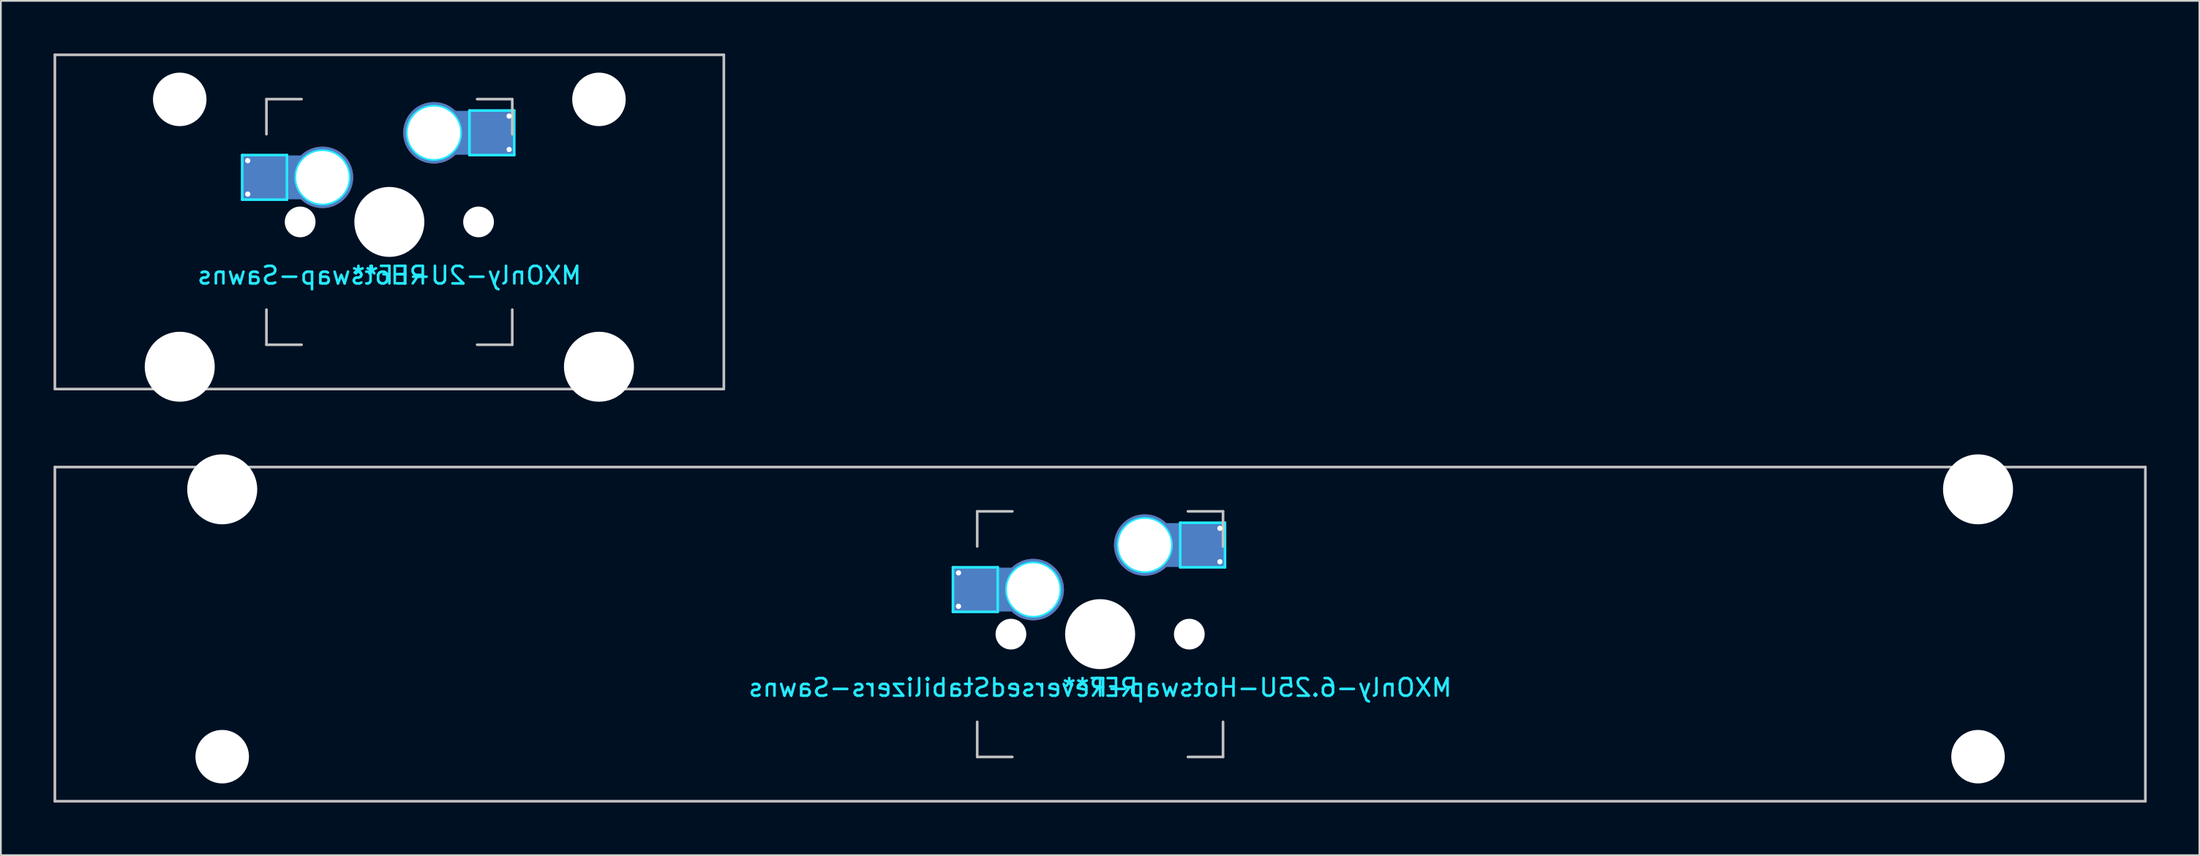
<source format=kicad_pcb>
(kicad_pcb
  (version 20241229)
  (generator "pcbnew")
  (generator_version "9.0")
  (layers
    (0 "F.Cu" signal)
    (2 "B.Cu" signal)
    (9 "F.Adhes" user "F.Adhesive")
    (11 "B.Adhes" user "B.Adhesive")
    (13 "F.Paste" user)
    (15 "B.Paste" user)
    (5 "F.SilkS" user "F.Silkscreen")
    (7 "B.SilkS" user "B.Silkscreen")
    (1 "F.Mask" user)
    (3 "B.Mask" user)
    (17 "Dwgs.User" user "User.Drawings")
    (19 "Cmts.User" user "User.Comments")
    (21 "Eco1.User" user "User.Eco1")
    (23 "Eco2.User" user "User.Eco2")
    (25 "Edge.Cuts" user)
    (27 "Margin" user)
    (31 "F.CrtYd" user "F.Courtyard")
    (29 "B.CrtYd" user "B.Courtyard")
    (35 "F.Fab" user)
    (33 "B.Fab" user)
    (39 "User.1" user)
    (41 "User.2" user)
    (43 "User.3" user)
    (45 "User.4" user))
  (footprint "MXOnly-6.25U-Hotswap-ReversedStabilizers-Sawns"
    (layer "F.Cu")
    (at 59.606 33.098)
    (property "Reference" "MXOnly-6.25U-Hotswap-ReversedStabilizers-Sawns" (at 0 3.048 0) (layer "B.CrtYd") (effects (font (size 1 1) (thickness 0.15)) (justify mirror)))
    (attr smd)
    (fp_line (start -59.531 -9.525) (end 59.531 -9.525) (stroke (width 0.15) (type solid)) (layer "Dwgs.User"))
    (fp_line (start -59.531 9.525) (end -59.531 -9.525) (stroke (width 0.15) (type solid)) (layer "Dwgs.User"))
    (fp_line (start -7 -7) (end -7 -5) (stroke (width 0.15) (type solid)) (layer "Dwgs.User"))
    (fp_line (start -7 5) (end -7 7) (stroke (width 0.15) (type solid)) (layer "Dwgs.User"))
    (fp_line (start -7 7) (end -5 7) (stroke (width 0.15) (type solid)) (layer "Dwgs.User"))
    (fp_line (start -5 -7) (end -7 -7) (stroke (width 0.15) (type solid)) (layer "Dwgs.User"))
    (fp_line (start 5 -7) (end 7 -7) (stroke (width 0.15) (type solid)) (layer "Dwgs.User"))
    (fp_line (start 5 7) (end 7 7) (stroke (width 0.15) (type solid)) (layer "Dwgs.User"))
    (fp_line (start 7 -7) (end 7 -5) (stroke (width 0.15) (type solid)) (layer "Dwgs.User"))
    (fp_line (start 7 7) (end 7 5) (stroke (width 0.15) (type solid)) (layer "Dwgs.User"))
    (fp_line (start 59.531 -9.525) (end 59.531 9.525) (stroke (width 0.15) (type solid)) (layer "Dwgs.User"))
    (fp_line (start 59.531 9.525) (end -59.531 9.525) (stroke (width 0.15) (type solid)) (layer "Dwgs.User"))
    (fp_line (start -8.382 -3.81) (end -8.382 -1.27) (stroke (width 0.15) (type solid)) (layer "B.CrtYd"))
    (fp_line (start -8.382 -3.81) (end -5.832 -3.81) (stroke (width 0.15) (type solid)) (layer "B.CrtYd"))
    (fp_line (start -8.382 -1.27) (end -5.832 -1.27) (stroke (width 0.15) (type solid)) (layer "B.CrtYd"))
    (fp_line (start -5.832 -3.81) (end -5.832 -1.27) (stroke (width 0.15) (type solid)) (layer "B.CrtYd"))
    (fp_line (start 4.562 -6.35) (end 4.562 -3.81) (stroke (width 0.15) (type solid)) (layer "B.CrtYd"))
    (fp_line (start 4.562 -6.35) (end 7.112 -6.35) (stroke (width 0.15) (type solid)) (layer "B.CrtYd"))
    (fp_line (start 7.112 -6.35) (end 7.112 -3.81) (stroke (width 0.15) (type solid)) (layer "B.CrtYd"))
    (fp_line (start 7.112 -3.81) (end 4.562 -3.81) (stroke (width 0.15) (type solid)) (layer "B.CrtYd"))
    (fp_circle (center -3.81 -2.54) (end -3.81 -4.064) (stroke (width 0.15) (type solid)) (fill no) (layer "B.CrtYd"))
    (fp_circle (center 2.54 -5.08) (end 2.54 -6.604) (stroke (width 0.15) (type solid)) (fill no) (layer "B.CrtYd"))
    (fp_text user "REF**" (at 0 3.048 0) (layer "B.CrtYd") (effects (font (size 1 1) (thickness 0.15)) (justify mirror)))
    (pad "" np_thru_hole circle (at -50 -8.255) (size 3.988 3.988) (drill 3.988) (layers "*.Cu" "*.Mask"))
    (pad "" np_thru_hole circle (at -50 6.985) (size 3.048 3.048) (drill 3.048) (layers "*.Cu" "*.Mask"))
    (pad "" smd rect (at -7.085 -2.54) (size 2.55 2.5) (layers "B.Mask" "B.Paste"))
    (pad "" np_thru_hole circle (at -5.08 0 48.1) (size 1.75 1.75) (drill 1.75) (layers "*.Cu" "*.Mask"))
    (pad "" np_thru_hole circle (at 0 0) (size 3.988 3.988) (drill 3.988) (layers "*.Cu" "*.Mask"))
    (pad "" np_thru_hole circle (at 5.08 0 48.1) (size 1.75 1.75) (drill 1.75) (layers "*.Cu" "*.Mask"))
    (pad "" smd rect (at 5.842 -5.08) (size 2.55 2.5) (layers "B.Mask" "B.Paste"))
    (pad "" np_thru_hole circle (at 50 -8.255) (size 3.988 3.988) (drill 3.988) (layers "*.Cu" "*.Mask"))
    (pad "" np_thru_hole circle (at 50 6.985) (size 3.048 3.048) (drill 3.048) (layers "*.Cu" "*.Mask"))
    (pad "1" thru_hole circle (at -8.065 -3.493) (size 0.5 0.5) (drill 0.3) (layers "*.Cu" "*.Mask"))
    (pad "1" thru_hole circle (at -8.065 -1.587) (size 0.5 0.5) (drill 0.3) (layers "*.Cu" "*.Mask"))
    (pad "1" smd rect (at -6.45 -2.54) (size 3.82 2.5) (layers "B.Cu"))
    (pad "1" thru_hole circle (at -3.81 -2.54) (size 3.5 3.5) (drill 3) (layers "*.Cu" "*.Mask"))
    (pad "2" thru_hole circle (at 2.54 -5.08) (size 3.5 3.5) (drill 3) (layers "*.Cu" "*.Mask"))
    (pad "2" smd rect (at 5.207 -5.08) (size 3.82 2.5) (layers "B.Cu"))
    (pad "2" thru_hole circle (at 6.822 -6.032) (size 0.5 0.5) (drill 0.3) (layers "*.Cu" "*.Mask"))
    (pad "2" thru_hole circle (at 6.822 -4.128) (size 0.5 0.5) (drill 0.3) (layers "*.Cu" "*.Mask")))
  (footprint "MXOnly-2U-Hotswap-Sawns"
    (layer "F.Cu")
    (at 19.125 9.6)
    (property "Reference" "MXOnly-2U-Hotswap-Sawns" (at 0 3.048 0) (layer "B.CrtYd") (effects (font (size 1 1) (thickness 0.15)) (justify mirror)))
    (attr smd)
    (fp_line (start -19.05 -9.525) (end 19.05 -9.525) (stroke (width 0.15) (type solid)) (layer "Dwgs.User"))
    (fp_line (start -19.05 9.525) (end -19.05 -9.525) (stroke (width 0.15) (type solid)) (layer "Dwgs.User"))
    (fp_line (start -7 -7) (end -7 -5) (stroke (width 0.15) (type solid)) (layer "Dwgs.User"))
    (fp_line (start -7 5) (end -7 7) (stroke (width 0.15) (type solid)) (layer "Dwgs.User"))
    (fp_line (start -7 7) (end -5 7) (stroke (width 0.15) (type solid)) (layer "Dwgs.User"))
    (fp_line (start -5 -7) (end -7 -7) (stroke (width 0.15) (type solid)) (layer "Dwgs.User"))
    (fp_line (start 5 -7) (end 7 -7) (stroke (width 0.15) (type solid)) (layer "Dwgs.User"))
    (fp_line (start 5 7) (end 7 7) (stroke (width 0.15) (type solid)) (layer "Dwgs.User"))
    (fp_line (start 7 -7) (end 7 -5) (stroke (width 0.15) (type solid)) (layer "Dwgs.User"))
    (fp_line (start 7 7) (end 7 5) (stroke (width 0.15) (type solid)) (layer "Dwgs.User"))
    (fp_line (start 19.05 -9.525) (end 19.05 9.525) (stroke (width 0.15) (type solid)) (layer "Dwgs.User"))
    (fp_line (start 19.05 9.525) (end -19.05 9.525) (stroke (width 0.15) (type solid)) (layer "Dwgs.User"))
    (fp_line (start -8.382 -3.81) (end -8.382 -1.27) (stroke (width 0.15) (type solid)) (layer "B.CrtYd"))
    (fp_line (start -8.382 -3.81) (end -5.832 -3.81) (stroke (width 0.15) (type solid)) (layer "B.CrtYd"))
    (fp_line (start -8.382 -1.27) (end -5.832 -1.27) (stroke (width 0.15) (type solid)) (layer "B.CrtYd"))
    (fp_line (start -5.832 -3.81) (end -5.832 -1.27) (stroke (width 0.15) (type solid)) (layer "B.CrtYd"))
    (fp_line (start 4.562 -6.35) (end 4.562 -3.81) (stroke (width 0.15) (type solid)) (layer "B.CrtYd"))
    (fp_line (start 4.562 -6.35) (end 7.112 -6.35) (stroke (width 0.15) (type solid)) (layer "B.CrtYd"))
    (fp_line (start 7.112 -6.35) (end 7.112 -3.81) (stroke (width 0.15) (type solid)) (layer "B.CrtYd"))
    (fp_line (start 7.112 -3.81) (end 4.562 -3.81) (stroke (width 0.15) (type solid)) (layer "B.CrtYd"))
    (fp_circle (center -3.81 -2.54) (end -3.81 -4.064) (stroke (width 0.15) (type solid)) (fill no) (layer "B.CrtYd"))
    (fp_circle (center 2.54 -5.08) (end 2.54 -6.604) (stroke (width 0.15) (type solid)) (fill no) (layer "B.CrtYd"))
    (fp_text user "REF**" (at 0 3.048 0) (layer "B.CrtYd") (effects (font (size 1 1) (thickness 0.15)) (justify mirror)))
    (pad "" np_thru_hole circle (at -11.938 -6.985) (size 3.048 3.048) (drill 3.048) (layers "*.Cu" "*.Mask"))
    (pad "" np_thru_hole circle (at -11.938 8.255) (size 3.988 3.988) (drill 3.988) (layers "*.Cu" "*.Mask"))
    (pad "" smd rect (at -7.085 -2.54) (size 2.55 2.5) (layers "B.Mask" "B.Paste"))
    (pad "" np_thru_hole circle (at -5.08 0 48.1) (size 1.75 1.75) (drill 1.75) (layers "*.Cu" "*.Mask"))
    (pad "" np_thru_hole circle (at 0 0) (size 3.988 3.988) (drill 3.988) (layers "*.Cu" "*.Mask"))
    (pad "" np_thru_hole circle (at 5.08 0 48.1) (size 1.75 1.75) (drill 1.75) (layers "*.Cu" "*.Mask"))
    (pad "" smd rect (at 5.842 -5.08) (size 2.55 2.5) (layers "B.Mask" "B.Paste"))
    (pad "" np_thru_hole circle (at 11.938 -6.985) (size 3.048 3.048) (drill 3.048) (layers "*.Cu" "*.Mask"))
    (pad "" np_thru_hole circle (at 11.938 8.255) (size 3.988 3.988) (drill 3.988) (layers "*.Cu" "*.Mask"))
    (pad "1" thru_hole circle (at -8.065 -3.493) (size 0.5 0.5) (drill 0.3) (layers "*.Cu" "*.Mask"))
    (pad "1" thru_hole circle (at -8.065 -1.587) (size 0.5 0.5) (drill 0.3) (layers "*.Cu" "*.Mask"))
    (pad "1" smd rect (at -6.45 -2.54) (size 3.82 2.5) (layers "B.Cu"))
    (pad "1" thru_hole circle (at -3.81 -2.54) (size 3.5 3.5) (drill 3) (layers "*.Cu" "*.Mask"))
    (pad "2" thru_hole circle (at 2.54 -5.08) (size 3.5 3.5) (drill 3) (layers "*.Cu" "*.Mask"))
    (pad "2" smd rect (at 5.207 -5.08) (size 3.82 2.5) (layers "B.Cu"))
    (pad "2" thru_hole circle (at 6.822 -6.032) (size 0.5 0.5) (drill 0.3) (layers "*.Cu" "*.Mask"))
    (pad "2" thru_hole circle (at 6.822 -4.128) (size 0.5 0.5) (drill 0.3) (layers "*.Cu" "*.Mask")))
  (gr_rect
    (start -3 -3)
    (end 122.213 45.698)
    (stroke (width 0.1) (type default))
    (fill no)
    (layer "Edge.Cuts")))
</source>
